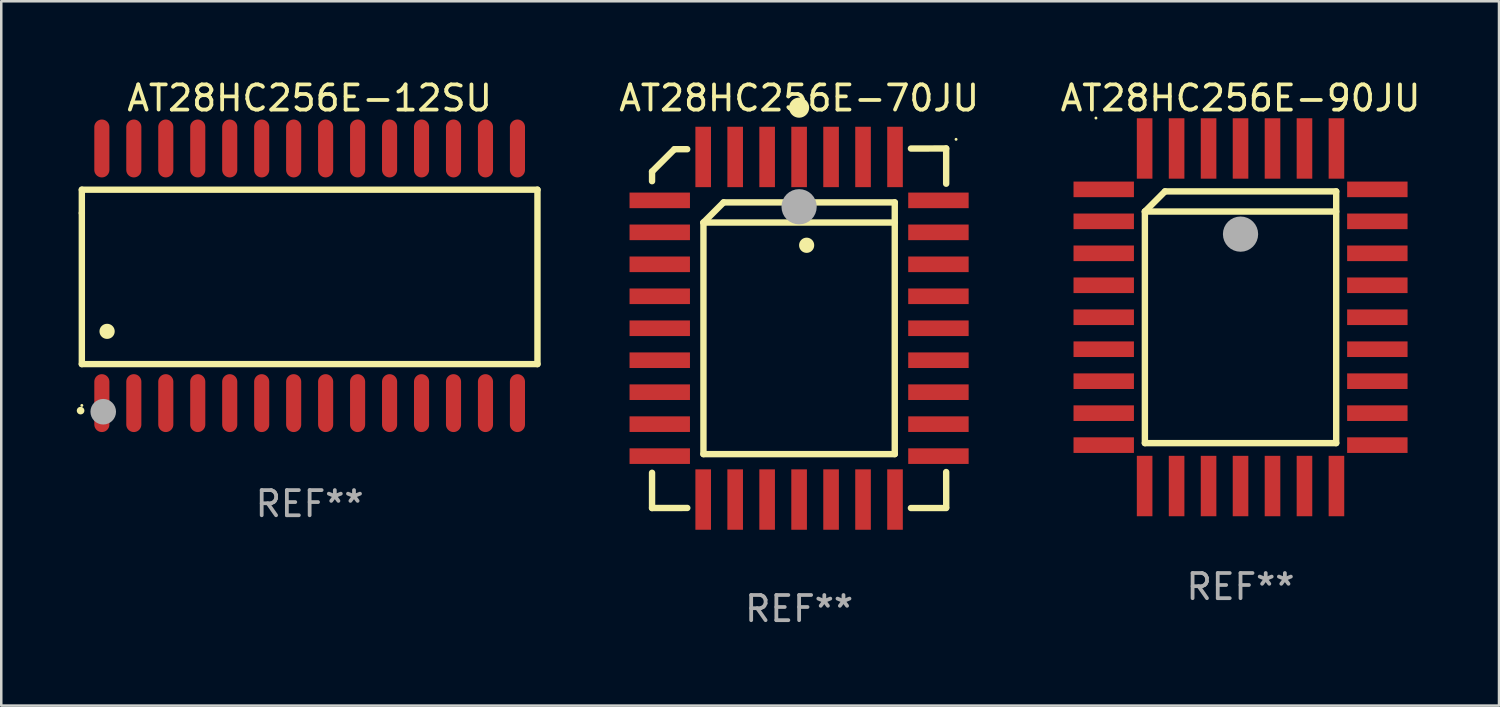
<source format=kicad_pcb>
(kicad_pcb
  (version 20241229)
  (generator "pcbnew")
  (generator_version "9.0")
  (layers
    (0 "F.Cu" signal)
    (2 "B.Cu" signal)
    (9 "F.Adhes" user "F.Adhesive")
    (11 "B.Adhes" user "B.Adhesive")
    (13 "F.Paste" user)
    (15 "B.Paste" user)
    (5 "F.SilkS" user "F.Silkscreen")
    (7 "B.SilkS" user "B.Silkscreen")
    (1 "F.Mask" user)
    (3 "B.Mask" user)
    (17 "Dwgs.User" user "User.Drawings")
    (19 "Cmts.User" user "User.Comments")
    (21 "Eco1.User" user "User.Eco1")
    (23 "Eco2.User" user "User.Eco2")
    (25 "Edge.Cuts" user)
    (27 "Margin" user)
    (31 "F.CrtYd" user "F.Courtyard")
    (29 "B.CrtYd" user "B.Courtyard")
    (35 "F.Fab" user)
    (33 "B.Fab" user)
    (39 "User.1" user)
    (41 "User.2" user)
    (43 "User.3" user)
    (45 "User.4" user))
  (footprint "AT28HC256E-12SU"
    (layer "F.Cu")
    (at 9.251 7.906)
    (property "Reference" "AT28HC256E-12SU" (at 0 -7.058 0) (layer "F.SilkS") (effects (font (size 1 1) (thickness 0.15))))
    (attr through_hole)
    (fp_line (start -9.05 -3.42) (end 9.05 -3.42) (stroke (width 0.254) (type solid)) (layer "F.SilkS"))
    (fp_line (start -9.05 -2.492) (end -9.05 -3.42) (stroke (width 0.254) (type solid)) (layer "F.SilkS"))
    (fp_line (start -9.05 3.508) (end -9.05 -2.492) (stroke (width 0.254) (type solid)) (layer "F.SilkS"))
    (fp_line (start 9.05 -3.42) (end 9.05 3.508) (stroke (width 0.254) (type solid)) (layer "F.SilkS"))
    (fp_line (start 9.05 3.508) (end -9.05 3.508) (stroke (width 0.254) (type solid)) (layer "F.SilkS"))
    (fp_arc (start -9.100838 5.35649) (mid -9.099568 5.356485) (end -9.098298 5.35649) (stroke (width 0.3) (type solid)) (layer "F.SilkS"))
    (fp_arc (start -8.049276 2.206883) (mid -8.046736 2.206872) (end -8.044196 2.206883) (stroke (width 0.6) (type solid)) (layer "F.SilkS"))
    (fp_circle (center -9.05 5.15) (end -9.02 5.15) (stroke (width 0.06) (type solid)) (fill no) (layer "F.SilkS"))
    (fp_circle (center -8.2 5.4) (end -7.946 5.4) (stroke (width 0.508) (type solid)) (fill no) (layer "F.Fab"))
    (fp_text user "REF**" (at 0 9.058 0) (layer "F.Fab") (effects (font (size 1 1) (thickness 0.15))))
    (pad "1" smd oval (at -8.255 5.058 180) (size 0.6 2.3) (layers "F.Cu" "F.Mask" "F.Paste"))
    (pad "2" smd oval (at -6.985 5.058 180) (size 0.6 2.3) (layers "F.Cu" "F.Mask" "F.Paste"))
    (pad "3" smd oval (at -5.715 5.058 180) (size 0.6 2.3) (layers "F.Cu" "F.Mask" "F.Paste"))
    (pad "4" smd oval (at -4.445 5.058 180) (size 0.6 2.3) (layers "F.Cu" "F.Mask" "F.Paste"))
    (pad "5" smd oval (at -3.175 5.058 180) (size 0.6 2.3) (layers "F.Cu" "F.Mask" "F.Paste"))
    (pad "6" smd oval (at -1.905 5.058 180) (size 0.6 2.3) (layers "F.Cu" "F.Mask" "F.Paste"))
    (pad "7" smd oval (at -0.635 5.058 180) (size 0.6 2.3) (layers "F.Cu" "F.Mask" "F.Paste"))
    (pad "8" smd oval (at 0.635 5.058 180) (size 0.6 2.3) (layers "F.Cu" "F.Mask" "F.Paste"))
    (pad "9" smd oval (at 1.905 5.058 180) (size 0.6 2.3) (layers "F.Cu" "F.Mask" "F.Paste"))
    (pad "10" smd oval (at 3.175 5.058 180) (size 0.6 2.3) (layers "F.Cu" "F.Mask" "F.Paste"))
    (pad "11" smd oval (at 4.445 5.058 180) (size 0.6 2.3) (layers "F.Cu" "F.Mask" "F.Paste"))
    (pad "12" smd oval (at 5.715 5.058 180) (size 0.6 2.3) (layers "F.Cu" "F.Mask" "F.Paste"))
    (pad "13" smd oval (at 6.985 5.058 180) (size 0.6 2.3) (layers "F.Cu" "F.Mask" "F.Paste"))
    (pad "14" smd oval (at 8.255 5.058 180) (size 0.6 2.3) (layers "F.Cu" "F.Mask" "F.Paste"))
    (pad "15" smd oval (at 8.255 -5.058 180) (size 0.6 2.3) (layers "F.Cu" "F.Mask" "F.Paste"))
    (pad "16" smd oval (at 6.985 -5.058 180) (size 0.6 2.3) (layers "F.Cu" "F.Mask" "F.Paste"))
    (pad "17" smd oval (at 5.715 -5.058 180) (size 0.6 2.3) (layers "F.Cu" "F.Mask" "F.Paste"))
    (pad "18" smd oval (at 4.445 -5.058 180) (size 0.6 2.3) (layers "F.Cu" "F.Mask" "F.Paste"))
    (pad "19" smd oval (at 3.175 -5.058 180) (size 0.6 2.3) (layers "F.Cu" "F.Mask" "F.Paste"))
    (pad "20" smd oval (at 1.905 -5.058 180) (size 0.6 2.3) (layers "F.Cu" "F.Mask" "F.Paste"))
    (pad "21" smd oval (at 0.635 -5.058 180) (size 0.6 2.3) (layers "F.Cu" "F.Mask" "F.Paste"))
    (pad "22" smd oval (at -0.635 -5.058 180) (size 0.6 2.3) (layers "F.Cu" "F.Mask" "F.Paste"))
    (pad "23" smd oval (at -1.905 -5.058 180) (size 0.6 2.3) (layers "F.Cu" "F.Mask" "F.Paste"))
    (pad "24" smd oval (at -3.175 -5.058 180) (size 0.6 2.3) (layers "F.Cu" "F.Mask" "F.Paste"))
    (pad "25" smd oval (at -4.445 -5.058 180) (size 0.6 2.3) (layers "F.Cu" "F.Mask" "F.Paste"))
    (pad "26" smd oval (at -5.715 -5.058 180) (size 0.6 2.3) (layers "F.Cu" "F.Mask" "F.Paste"))
    (pad "27" smd oval (at -6.985 -5.058 180) (size 0.6 2.3) (layers "F.Cu" "F.Mask" "F.Paste"))
    (pad "28" smd oval (at -8.255 -5.058 180) (size 0.6 2.3) (layers "F.Cu" "F.Mask" "F.Paste")))
  (footprint "AT28HC256E-70JU"
    (layer "F.Cu")
    (at 28.696 9.99)
    (property "Reference" "AT28HC256E-70JU" (at 0 -9.142 0) (layer "F.SilkS") (effects (font (size 1 1) (thickness 0.15))))
    (attr through_hole)
    (fp_line (start -5.843 5.742) (end -5.843 7.142) (stroke (width 0.254) (type solid)) (layer "F.SilkS"))
    (fp_line (start -5.843 7.142) (end -4.443 7.139) (stroke (width 0.254) (type solid)) (layer "F.SilkS"))
    (fp_line (start -5.843 -6.223) (end -4.954 -7.112) (stroke (width 0.254) (type solid)) (layer "F.SilkS"))
    (fp_line (start -5.843 -5.842) (end -5.843 -6.223) (stroke (width 0.254) (type solid)) (layer "F.SilkS"))
    (fp_line (start -4.954 -7.112) (end -4.446 -7.112) (stroke (width 0.254) (type solid)) (layer "F.SilkS"))
    (fp_line (start -3.801 -4.2) (end -3.001 -5) (stroke (width 0.254) (type solid)) (layer "F.SilkS"))
    (fp_line (start -3.801 -4.2) (end 3.799 -4.2) (stroke (width 0.254) (type solid)) (layer "F.SilkS"))
    (fp_line (start -3.801 5) (end -3.801 -4.2) (stroke (width 0.254) (type solid)) (layer "F.SilkS"))
    (fp_line (start -3.001 -5) (end 3.799 -5) (stroke (width 0.254) (type solid)) (layer "F.SilkS"))
    (fp_line (start 3.799 -5) (end 3.799 5) (stroke (width 0.254) (type solid)) (layer "F.SilkS"))
    (fp_line (start 3.799 5) (end -3.801 5) (stroke (width 0.254) (type solid)) (layer "F.SilkS"))
    (fp_line (start 4.441 7.142) (end 5.841 7.142) (stroke (width 0.254) (type solid)) (layer "F.SilkS"))
    (fp_line (start 5.841 -7.142) (end 4.441 -7.139) (stroke (width 0.254) (type solid)) (layer "F.SilkS"))
    (fp_line (start 5.841 -5.742) (end 5.841 -7.142) (stroke (width 0.254) (type solid)) (layer "F.SilkS"))
    (fp_line (start 5.843 7.112) (end 5.841 5.712) (stroke (width 0.254) (type solid)) (layer "F.SilkS"))
    (fp_arc (start 0.298285 -3.294387) (mid 0.298274 -3.296927) (end 0.298285 -3.299467) (stroke (width 0.6) (type solid)) (layer "F.SilkS"))
    (fp_circle (center -0.001 -8.763) (end 0.199 -8.763) (stroke (width 0.4) (type solid)) (fill no) (layer "F.SilkS"))
    (fp_circle (center 6.234 -7.505) (end 6.264 -7.505) (stroke (width 0.06) (type solid)) (fill no) (layer "F.SilkS"))
    (fp_circle (center -0.001 -4.826) (end 0.349 -4.826) (stroke (width 0.7) (type solid)) (fill no) (layer "F.Fab"))
    (fp_text user "REF**" (at 0 11.142 0) (layer "F.Fab") (effects (font (size 1 1) (thickness 0.15))))
    (pad "1" smd rect (at -0.001 -6.805 180) (size 0.62 2.4) (layers "F.Cu" "F.Mask" "F.Paste"))
    (pad "2" smd rect (at -1.271 -6.805 180) (size 0.62 2.4) (layers "F.Cu" "F.Mask" "F.Paste"))
    (pad "3" smd rect (at -2.541 -6.805 180) (size 0.62 2.4) (layers "F.Cu" "F.Mask" "F.Paste"))
    (pad "4" smd rect (at -3.811 -6.805 180) (size 0.62 2.4) (layers "F.Cu" "F.Mask" "F.Paste"))
    (pad "5" smd rect (at -5.537 -5.08 270) (size 0.62 2.4) (layers "F.Cu" "F.Mask" "F.Paste"))
    (pad "6" smd rect (at -5.537 -3.81 270) (size 0.62 2.4) (layers "F.Cu" "F.Mask" "F.Paste"))
    (pad "7" smd rect (at -5.537 -2.54 270) (size 0.62 2.4) (layers "F.Cu" "F.Mask" "F.Paste"))
    (pad "8" smd rect (at -5.537 -1.27 270) (size 0.62 2.4) (layers "F.Cu" "F.Mask" "F.Paste"))
    (pad "9" smd rect (at -5.537 0.000127 270) (size 0.62 2.4) (layers "F.Cu" "F.Mask" "F.Paste"))
    (pad "10" smd rect (at -5.537 1.27 270) (size 0.62 2.4) (layers "F.Cu" "F.Mask" "F.Paste"))
    (pad "11" smd rect (at -5.537 2.54 270) (size 0.62 2.4) (layers "F.Cu" "F.Mask" "F.Paste"))
    (pad "12" smd rect (at -5.537 3.81 270) (size 0.62 2.4) (layers "F.Cu" "F.Mask" "F.Paste"))
    (pad "13" smd rect (at -5.537 5.08 270) (size 0.62 2.4) (layers "F.Cu" "F.Mask" "F.Paste"))
    (pad "14" smd rect (at -3.811 6.805) (size 0.62 2.4) (layers "F.Cu" "F.Mask" "F.Paste"))
    (pad "15" smd rect (at -2.541 6.805) (size 0.62 2.4) (layers "F.Cu" "F.Mask" "F.Paste"))
    (pad "16" smd rect (at -1.271 6.805) (size 0.62 2.4) (layers "F.Cu" "F.Mask" "F.Paste"))
    (pad "17" smd rect (at -0.001 6.805) (size 0.62 2.4) (layers "F.Cu" "F.Mask" "F.Paste"))
    (pad "18" smd rect (at 1.269 6.805) (size 0.62 2.4) (layers "F.Cu" "F.Mask" "F.Paste"))
    (pad "19" smd rect (at 2.539 6.805) (size 0.62 2.4) (layers "F.Cu" "F.Mask" "F.Paste"))
    (pad "20" smd rect (at 3.809 6.805) (size 0.62 2.4) (layers "F.Cu" "F.Mask" "F.Paste"))
    (pad "21" smd rect (at 5.534 5.08 90) (size 0.62 2.4) (layers "F.Cu" "F.Mask" "F.Paste"))
    (pad "22" smd rect (at 5.534 3.81 90) (size 0.62 2.4) (layers "F.Cu" "F.Mask" "F.Paste"))
    (pad "23" smd rect (at 5.534 2.54 90) (size 0.62 2.4) (layers "F.Cu" "F.Mask" "F.Paste"))
    (pad "24" smd rect (at 5.534 1.27 90) (size 0.62 2.4) (layers "F.Cu" "F.Mask" "F.Paste"))
    (pad "25" smd rect (at 5.534 0.000127 90) (size 0.62 2.4) (layers "F.Cu" "F.Mask" "F.Paste"))
    (pad "26" smd rect (at 5.534 -1.27 90) (size 0.62 2.4) (layers "F.Cu" "F.Mask" "F.Paste"))
    (pad "27" smd rect (at 5.534 -2.54 90) (size 0.62 2.4) (layers "F.Cu" "F.Mask" "F.Paste"))
    (pad "28" smd rect (at 5.534 -3.81 90) (size 0.62 2.4) (layers "F.Cu" "F.Mask" "F.Paste"))
    (pad "29" smd rect (at 5.534 -5.08 90) (size 0.62 2.4) (layers "F.Cu" "F.Mask" "F.Paste"))
    (pad "30" smd rect (at 3.809 -6.805) (size 0.62 2.4) (layers "F.Cu" "F.Mask" "F.Paste"))
    (pad "31" smd rect (at 2.539 -6.805) (size 0.62 2.4) (layers "F.Cu" "F.Mask" "F.Paste"))
    (pad "32" smd rect (at 1.269 -6.805) (size 0.62 2.4) (layers "F.Cu" "F.Mask" "F.Paste")))
  (footprint "AT28HC256E-90JU"
    (layer "F.Cu")
    (at 46.231 9.553)
    (property "Reference" "AT28HC256E-90JU" (at 0 -8.705 0) (layer "F.SilkS") (effects (font (size 1 1) (thickness 0.15))))
    (attr through_hole)
    (fp_line (start -3.8 -4.2) (end -3 -5) (stroke (width 0.254) (type solid)) (layer "F.SilkS"))
    (fp_line (start -3.8 -4.2) (end 3.8 -4.2) (stroke (width 0.254) (type solid)) (layer "F.SilkS"))
    (fp_line (start -3.8 5) (end -3.8 -4.2) (stroke (width 0.254) (type solid)) (layer "F.SilkS"))
    (fp_line (start -3 -5) (end 3.8 -5) (stroke (width 0.254) (type solid)) (layer "F.SilkS"))
    (fp_line (start 3.8 -5) (end 3.8 5) (stroke (width 0.254) (type solid)) (layer "F.SilkS"))
    (fp_line (start 3.8 5) (end -3.8 5) (stroke (width 0.254) (type solid)) (layer "F.SilkS"))
    (fp_arc (start 0.299721 -3.294387) (mid 0.29971 -3.296927) (end 0.299721 -3.299467) (stroke (width 0.6) (type solid)) (layer "F.SilkS"))
    (fp_circle (center -5.744 -7.913) (end -5.714 -7.913) (stroke (width 0.06) (type solid)) (fill no) (layer "F.SilkS"))
    (fp_circle (center 0 -3.302) (end 0.35 -3.302) (stroke (width 0.7) (type solid)) (fill no) (layer "F.Fab"))
    (fp_text user "REF**" (at 0 10.705 0) (layer "F.Fab") (effects (font (size 1 1) (thickness 0.15))))
    (pad "1" smd rect (at 0 -6.705 180) (size 0.62 2.4) (layers "F.Cu" "F.Mask" "F.Paste"))
    (pad "2" smd rect (at -1.27 -6.705 180) (size 0.62 2.4) (layers "F.Cu" "F.Mask" "F.Paste"))
    (pad "3" smd rect (at -2.54 -6.705 180) (size 0.62 2.4) (layers "F.Cu" "F.Mask" "F.Paste"))
    (pad "4" smd rect (at -3.81 -6.705 180) (size 0.62 2.4) (layers "F.Cu" "F.Mask" "F.Paste"))
    (pad "5" smd rect (at -5.435 -5.08 270) (size 0.62 2.4) (layers "F.Cu" "F.Mask" "F.Paste"))
    (pad "6" smd rect (at -5.435 -3.81 270) (size 0.62 2.4) (layers "F.Cu" "F.Mask" "F.Paste"))
    (pad "7" smd rect (at -5.435 -2.54 270) (size 0.62 2.4) (layers "F.Cu" "F.Mask" "F.Paste"))
    (pad "8" smd rect (at -5.435 -1.27 270) (size 0.62 2.4) (layers "F.Cu" "F.Mask" "F.Paste"))
    (pad "9" smd rect (at -5.435 0 270) (size 0.62 2.4) (layers "F.Cu" "F.Mask" "F.Paste"))
    (pad "10" smd rect (at -5.435 1.27 270) (size 0.62 2.4) (layers "F.Cu" "F.Mask" "F.Paste"))
    (pad "11" smd rect (at -5.435 2.54 270) (size 0.62 2.4) (layers "F.Cu" "F.Mask" "F.Paste"))
    (pad "12" smd rect (at -5.435 3.81 270) (size 0.62 2.4) (layers "F.Cu" "F.Mask" "F.Paste"))
    (pad "13" smd rect (at -5.435 5.08 270) (size 0.62 2.4) (layers "F.Cu" "F.Mask" "F.Paste"))
    (pad "14" smd rect (at -3.81 6.705) (size 0.62 2.4) (layers "F.Cu" "F.Mask" "F.Paste"))
    (pad "15" smd rect (at -2.54 6.705) (size 0.62 2.4) (layers "F.Cu" "F.Mask" "F.Paste"))
    (pad "16" smd rect (at -1.27 6.705) (size 0.62 2.4) (layers "F.Cu" "F.Mask" "F.Paste"))
    (pad "17" smd rect (at 0 6.705) (size 0.62 2.4) (layers "F.Cu" "F.Mask" "F.Paste"))
    (pad "18" smd rect (at 1.27 6.705) (size 0.62 2.4) (layers "F.Cu" "F.Mask" "F.Paste"))
    (pad "19" smd rect (at 2.54 6.705) (size 0.62 2.4) (layers "F.Cu" "F.Mask" "F.Paste"))
    (pad "20" smd rect (at 3.81 6.705) (size 0.62 2.4) (layers "F.Cu" "F.Mask" "F.Paste"))
    (pad "21" smd rect (at 5.435 5.08 90) (size 0.62 2.4) (layers "F.Cu" "F.Mask" "F.Paste"))
    (pad "22" smd rect (at 5.435 3.81 90) (size 0.62 2.4) (layers "F.Cu" "F.Mask" "F.Paste"))
    (pad "23" smd rect (at 5.435 2.54 90) (size 0.62 2.4) (layers "F.Cu" "F.Mask" "F.Paste"))
    (pad "24" smd rect (at 5.435 1.27 90) (size 0.62 2.4) (layers "F.Cu" "F.Mask" "F.Paste"))
    (pad "25" smd rect (at 5.435 0 90) (size 0.62 2.4) (layers "F.Cu" "F.Mask" "F.Paste"))
    (pad "26" smd rect (at 5.435 -1.27 90) (size 0.62 2.4) (layers "F.Cu" "F.Mask" "F.Paste"))
    (pad "27" smd rect (at 5.435 -2.54 90) (size 0.62 2.4) (layers "F.Cu" "F.Mask" "F.Paste"))
    (pad "28" smd rect (at 5.435 -3.81 90) (size 0.62 2.4) (layers "F.Cu" "F.Mask" "F.Paste"))
    (pad "29" smd rect (at 5.435 -5.08 90) (size 0.62 2.4) (layers "F.Cu" "F.Mask" "F.Paste"))
    (pad "30" smd rect (at 3.81 -6.705) (size 0.62 2.4) (layers "F.Cu" "F.Mask" "F.Paste"))
    (pad "31" smd rect (at 2.54 -6.705) (size 0.62 2.4) (layers "F.Cu" "F.Mask" "F.Paste"))
    (pad "32" smd rect (at 1.27 -6.705) (size 0.62 2.4) (layers "F.Cu" "F.Mask" "F.Paste")))
  (gr_rect
    (start -3 -3)
    (end 56.499 24.981)
    (stroke (width 0.1) (type default))
    (fill no)
    (layer "Edge.Cuts")))
</source>
